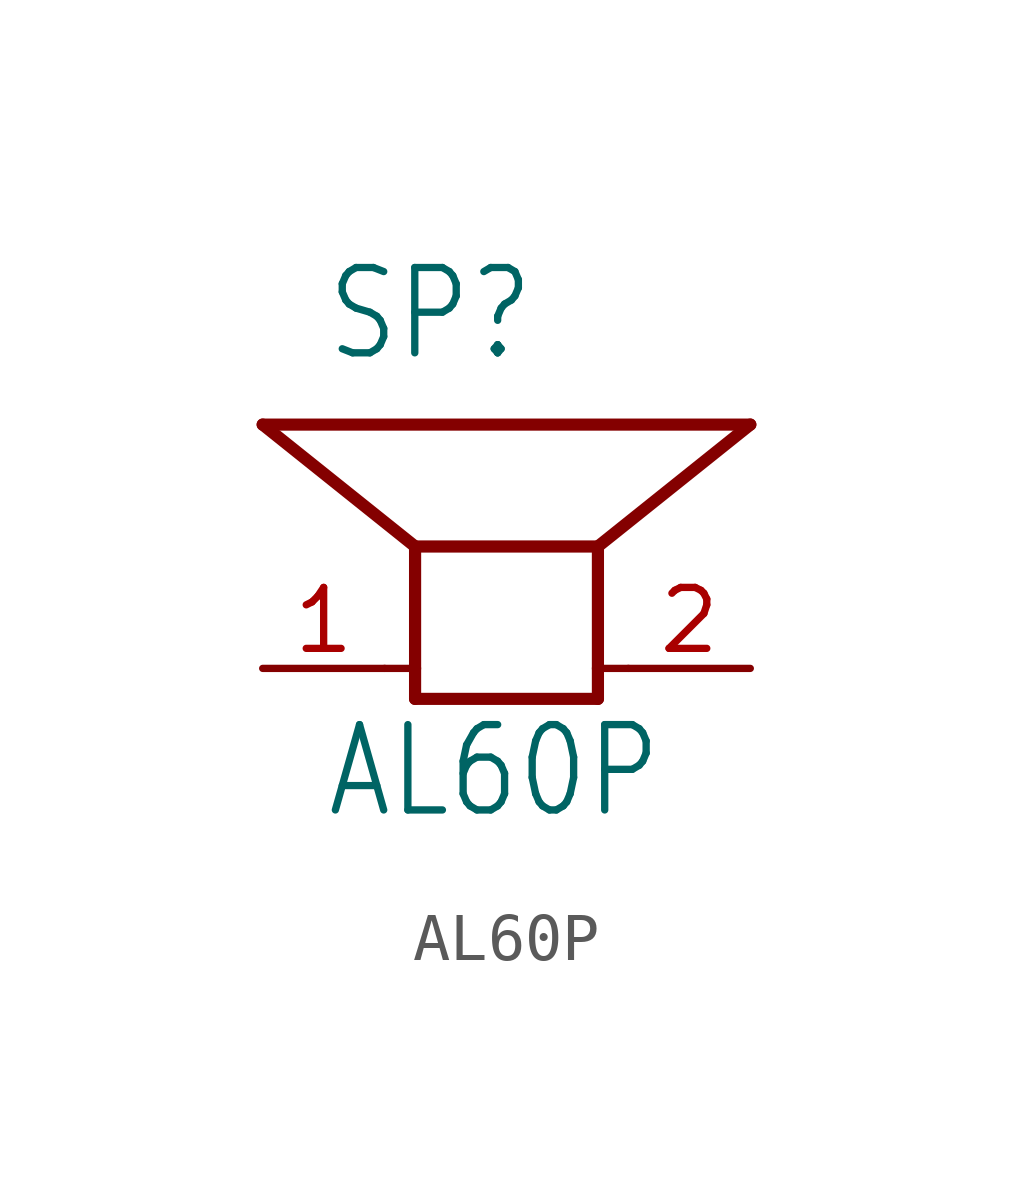
<source format=kicad_sym>
(kicad_symbol_lib
  (version 20211014)
  (generator kicad_symbol_editor)
  (symbol "AL60P"
    (property "Reference" "SP"
      (at -3.81 6.35 0)
      (effects (font (size 1.778 1.511)) (justify left bottom)))
    (property "Value" "AL60P"
      (at -3.81 -3.175 0)
      (effects (font (size 1.778 1.511)) (justify left bottom)))
    (property "ki_locked" ""
      (at 0 0 0)
      (effects (font (size 1.27 1.27))))
    (symbol "AL60P_1_0"
      (polyline (pts (xy -2.54 0) (xy -1.905 0)) (stroke (width 0.152) (type default) (color 0 0 0 0)) (fill (type none)))
      (polyline (pts (xy -1.905 -0.635) (xy -1.905 0)) (stroke (width 0.254) (type default) (color 0 0 0 0)) (fill (type none)))
      (polyline (pts (xy -1.905 -0.635) (xy 1.905 -0.635)) (stroke (width 0.254) (type default) (color 0 0 0 0)) (fill (type none)))
      (polyline (pts (xy -1.905 0) (xy -1.905 2.54)) (stroke (width 0.254) (type default) (color 0 0 0 0)) (fill (type none)))
      (polyline (pts (xy -1.905 2.54) (xy -5.08 5.08)) (stroke (width 0.254) (type default) (color 0 0 0 0)) (fill (type none)))
      (polyline (pts (xy 1.905 -0.635) (xy 1.905 0)) (stroke (width 0.254) (type default) (color 0 0 0 0)) (fill (type none)))
      (polyline (pts (xy 1.905 0) (xy 1.905 2.54)) (stroke (width 0.254) (type default) (color 0 0 0 0)) (fill (type none)))
      (polyline (pts (xy 1.905 2.54) (xy -1.905 2.54)) (stroke (width 0.254) (type default) (color 0 0 0 0)) (fill (type none)))
      (polyline (pts (xy 1.905 2.54) (xy 5.08 5.08)) (stroke (width 0.254) (type default) (color 0 0 0 0)) (fill (type none)))
      (polyline (pts (xy 2.54 0) (xy 1.905 0)) (stroke (width 0.152) (type default) (color 0 0 0 0)) (fill (type none)))
      (polyline (pts (xy 5.08 5.08) (xy -5.08 5.08)) (stroke (width 0.254) (type default) (color 0 0 0 0)) (fill (type none)))
      (pin passive line (at -5.08 0 0) (length 2.54) (name "1" (effects (font (size 0 0)))) (number "1" (effects (font (size 1.27 1.27)))))
      (pin passive line (at 5.08 0 180) (length 2.54) (name "2" (effects (font (size 0 0)))) (number "2" (effects (font (size 1.27 1.27))))))))
</source>
